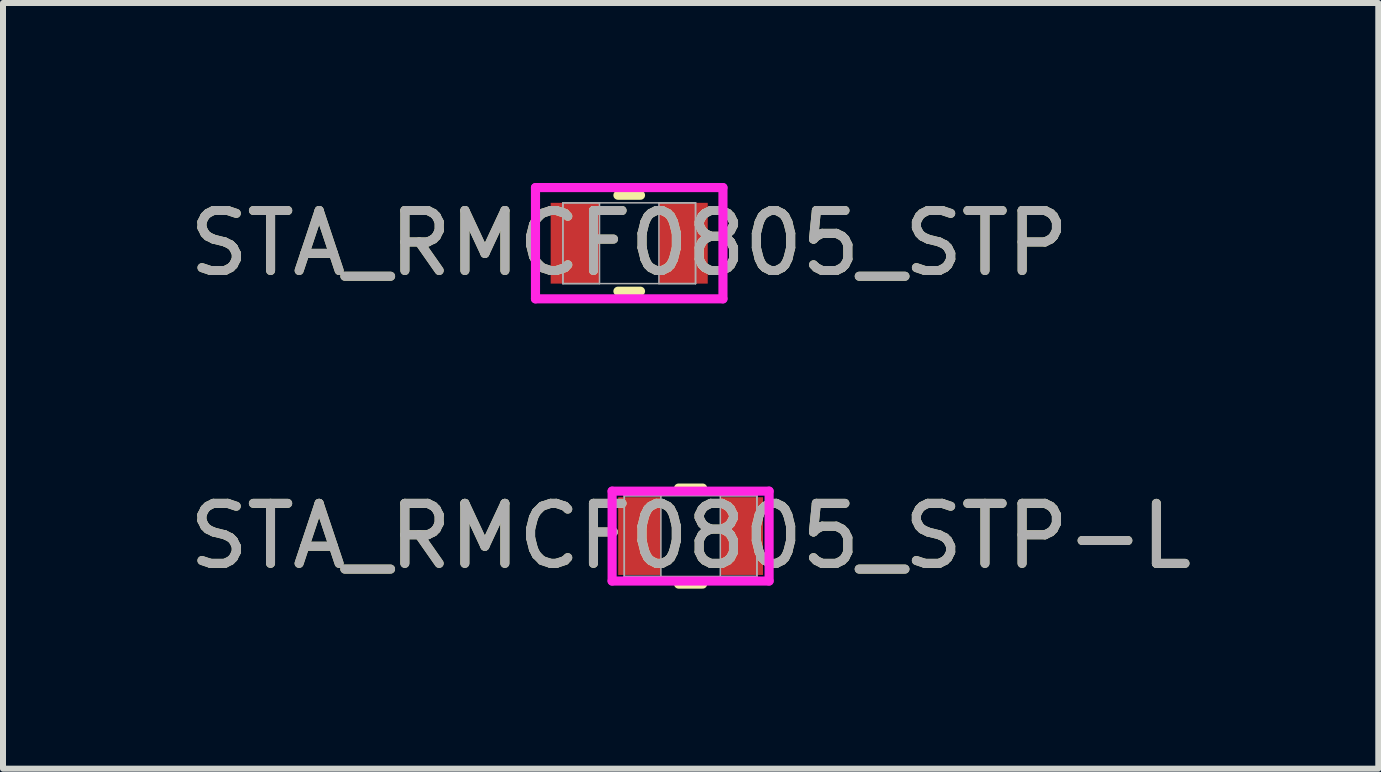
<source format=kicad_pcb>
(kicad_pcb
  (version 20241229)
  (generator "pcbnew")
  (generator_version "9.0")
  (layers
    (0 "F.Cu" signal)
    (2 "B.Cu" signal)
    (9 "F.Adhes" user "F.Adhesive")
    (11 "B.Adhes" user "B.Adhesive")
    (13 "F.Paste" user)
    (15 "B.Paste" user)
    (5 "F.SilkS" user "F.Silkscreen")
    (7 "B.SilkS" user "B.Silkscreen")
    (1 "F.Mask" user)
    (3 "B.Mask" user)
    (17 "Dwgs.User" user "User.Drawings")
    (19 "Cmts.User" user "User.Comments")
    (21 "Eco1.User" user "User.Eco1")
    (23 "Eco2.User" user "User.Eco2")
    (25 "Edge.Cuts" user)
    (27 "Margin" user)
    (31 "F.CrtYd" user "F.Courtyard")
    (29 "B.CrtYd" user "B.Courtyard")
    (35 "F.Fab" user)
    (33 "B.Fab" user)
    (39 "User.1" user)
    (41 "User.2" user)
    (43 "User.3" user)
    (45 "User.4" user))
  (footprint "STA_RMCF0805_STP"
    (layer "F.Cu")
    (at 7.435 1.003)
    (property "Reference" "STA_RMCF0805_STP" (at 0 0 0) (unlocked yes) (layer "F.SilkS") (effects (font (size 1 1) (thickness 0.15))))
    (attr smd)
    (fp_line (start -0.188 0.8) (end 0.188 0.8) (stroke (width 0.152) (type solid)) (layer "F.SilkS"))
    (fp_line (start 0.188 -0.8) (end -0.188 -0.8) (stroke (width 0.152) (type solid)) (layer "F.SilkS"))
    (fp_line (start -1.562 -0.927) (end 1.562 -0.927) (stroke (width 0.152) (type solid)) (layer "F.CrtYd"))
    (fp_line (start -1.562 0.927) (end -1.562 -0.927) (stroke (width 0.152) (type solid)) (layer "F.CrtYd"))
    (fp_line (start 1.562 -0.927) (end 1.562 0.927) (stroke (width 0.152) (type solid)) (layer "F.CrtYd"))
    (fp_line (start 1.562 0.927) (end -1.562 0.927) (stroke (width 0.152) (type solid)) (layer "F.CrtYd"))
    (fp_line (start -1.105 -0.673) (end -1.105 0.673) (stroke (width 0.025) (type solid)) (layer "F.Fab"))
    (fp_line (start -1.105 -0.673) (end -1.105 0.673) (stroke (width 0.025) (type solid)) (layer "F.Fab"))
    (fp_line (start -1.105 0.673) (end -0.495 0.673) (stroke (width 0.025) (type solid)) (layer "F.Fab"))
    (fp_line (start -1.105 0.673) (end 1.105 0.673) (stroke (width 0.025) (type solid)) (layer "F.Fab"))
    (fp_line (start -0.495 -0.673) (end -1.105 -0.673) (stroke (width 0.025) (type solid)) (layer "F.Fab"))
    (fp_line (start -0.495 0.673) (end -0.495 -0.673) (stroke (width 0.025) (type solid)) (layer "F.Fab"))
    (fp_line (start 0.495 -0.673) (end 0.495 0.673) (stroke (width 0.025) (type solid)) (layer "F.Fab"))
    (fp_line (start 0.495 0.673) (end 1.105 0.673) (stroke (width 0.025) (type solid)) (layer "F.Fab"))
    (fp_line (start 1.105 -0.673) (end -1.105 -0.673) (stroke (width 0.025) (type solid)) (layer "F.Fab"))
    (fp_line (start 1.105 -0.673) (end 0.495 -0.673) (stroke (width 0.025) (type solid)) (layer "F.Fab"))
    (fp_line (start 1.105 0.673) (end 1.105 -0.673) (stroke (width 0.025) (type solid)) (layer "F.Fab"))
    (fp_line (start 1.105 0.673) (end 1.105 -0.673) (stroke (width 0.025) (type solid)) (layer "F.Fab"))
    (fp_text user "${REFERENCE}" (at 0 0 0) (unlocked yes) (layer "F.Fab") (effects (font (size 1 1) (thickness 0.15))))
    (pad "1" smd rect (at -0.902 0) (size 0.813 1.346) (layers "F.Cu" "F.Mask" "F.Paste"))
    (pad "2" smd rect (at 0.902 0) (size 0.813 1.346) (layers "F.Cu" "F.Mask" "F.Paste"))
    (zone (net_name "") (layer "F.Cu") (hatch full 0.508) (connect_pads) (min_thickness 0.254) (filled_areas_thickness no) (keepout (tracks not_allowed) (vias not_allowed) (pads allowed) (copperpour not_allowed) (footprints allowed)) (placement (enabled no)) (fill) (polygon (pts (xy 6.99 0.381) (xy 7.879 0.381) (xy 7.879 1.626) (xy 6.99 1.626)))))
  (footprint "STA_RMCF0805_STP-L"
    (layer "F.Cu")
    (at 8.458 5.883)
    (property "Reference" "STA_RMCF0805_STP-L" (at 0 0 0) (unlocked yes) (layer "F.SilkS") (effects (font (size 1 1) (thickness 0.15))))
    (attr smd)
    (fp_line (start -0.2 0.8) (end 0.2 0.8) (stroke (width 0.152) (type solid)) (layer "F.SilkS"))
    (fp_line (start 0.2 -0.8) (end -0.2 -0.8) (stroke (width 0.152) (type solid)) (layer "F.SilkS"))
    (fp_line (start -1.308 -0.749) (end 1.308 -0.749) (stroke (width 0.152) (type solid)) (layer "F.CrtYd"))
    (fp_line (start -1.308 0.749) (end -1.308 -0.749) (stroke (width 0.152) (type solid)) (layer "F.CrtYd"))
    (fp_line (start 1.308 -0.749) (end 1.308 0.749) (stroke (width 0.152) (type solid)) (layer "F.CrtYd"))
    (fp_line (start 1.308 0.749) (end -1.308 0.749) (stroke (width 0.152) (type solid)) (layer "F.CrtYd"))
    (fp_line (start -1.105 -0.673) (end -1.105 0.673) (stroke (width 0.025) (type solid)) (layer "F.Fab"))
    (fp_line (start -1.105 -0.673) (end -1.105 0.673) (stroke (width 0.025) (type solid)) (layer "F.Fab"))
    (fp_line (start -1.105 0.673) (end -0.495 0.673) (stroke (width 0.025) (type solid)) (layer "F.Fab"))
    (fp_line (start -1.105 0.673) (end 1.105 0.673) (stroke (width 0.025) (type solid)) (layer "F.Fab"))
    (fp_line (start -0.495 -0.673) (end -1.105 -0.673) (stroke (width 0.025) (type solid)) (layer "F.Fab"))
    (fp_line (start -0.495 0.673) (end -0.495 -0.673) (stroke (width 0.025) (type solid)) (layer "F.Fab"))
    (fp_line (start 0.495 -0.673) (end 0.495 0.673) (stroke (width 0.025) (type solid)) (layer "F.Fab"))
    (fp_line (start 0.495 0.673) (end 1.105 0.673) (stroke (width 0.025) (type solid)) (layer "F.Fab"))
    (fp_line (start 1.105 -0.673) (end -1.105 -0.673) (stroke (width 0.025) (type solid)) (layer "F.Fab"))
    (fp_line (start 1.105 -0.673) (end 0.495 -0.673) (stroke (width 0.025) (type solid)) (layer "F.Fab"))
    (fp_line (start 1.105 0.673) (end 1.105 -0.673) (stroke (width 0.025) (type solid)) (layer "F.Fab"))
    (fp_line (start 1.105 0.673) (end 1.105 -0.673) (stroke (width 0.025) (type solid)) (layer "F.Fab"))
    (fp_text user "${REFERENCE}" (at 0 0 0) (unlocked yes) (layer "F.Fab") (effects (font (size 1 1) (thickness 0.15))))
    (pad "1" smd rect (at -0.851 0) (size 0.711 1.295) (layers "F.Cu" "F.Mask" "F.Paste"))
    (pad "2" smd rect (at 0.851 0) (size 0.711 1.295) (layers "F.Cu" "F.Mask" "F.Paste"))
    (zone (net_name "") (layer "F.Cu") (hatch full 0.508) (connect_pads) (min_thickness 0.254) (filled_areas_thickness no) (keepout (tracks not_allowed) (vias not_allowed) (pads allowed) (copperpour not_allowed) (footprints allowed)) (placement (enabled no)) (fill) (polygon (pts (xy 8.014 5.261) (xy 8.903 5.261) (xy 8.903 6.505) (xy 8.014 6.505)))))
  (gr_rect
    (start -3 -3)
    (end 19.917 9.759)
    (stroke (width 0.1) (type default))
    (fill no)
    (layer "Edge.Cuts")))
</source>
